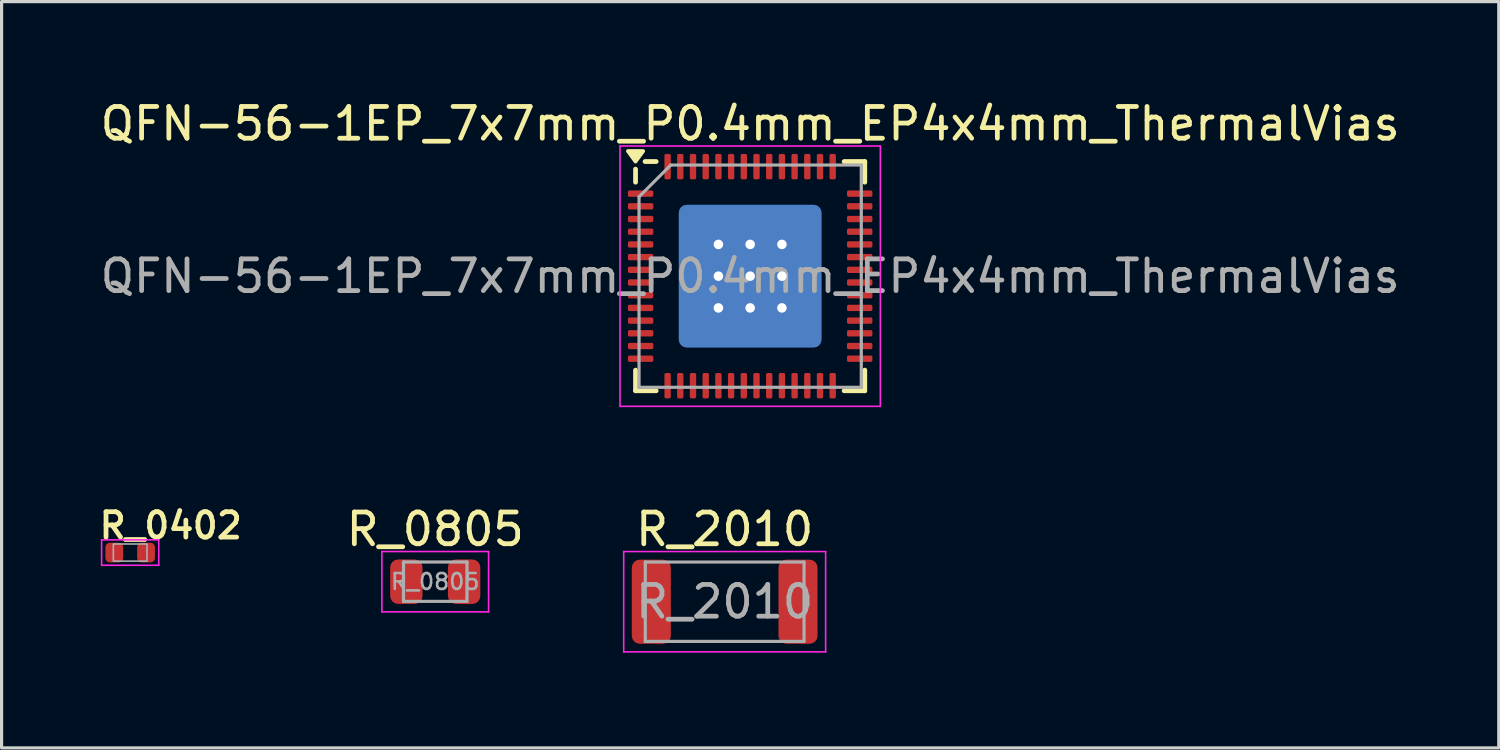
<source format=kicad_pcb>
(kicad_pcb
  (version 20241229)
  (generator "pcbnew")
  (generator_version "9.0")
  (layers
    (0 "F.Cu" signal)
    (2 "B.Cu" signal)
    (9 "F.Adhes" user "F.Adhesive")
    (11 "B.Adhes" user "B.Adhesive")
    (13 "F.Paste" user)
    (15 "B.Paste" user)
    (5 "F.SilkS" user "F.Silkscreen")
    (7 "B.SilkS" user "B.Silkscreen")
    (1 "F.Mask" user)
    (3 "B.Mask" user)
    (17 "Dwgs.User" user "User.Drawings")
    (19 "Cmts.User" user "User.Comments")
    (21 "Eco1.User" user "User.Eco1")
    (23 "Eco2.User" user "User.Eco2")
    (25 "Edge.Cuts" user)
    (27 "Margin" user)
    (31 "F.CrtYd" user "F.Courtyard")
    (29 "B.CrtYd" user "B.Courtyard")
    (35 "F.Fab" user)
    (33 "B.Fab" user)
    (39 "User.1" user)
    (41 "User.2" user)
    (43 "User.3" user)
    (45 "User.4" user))
  (footprint "QFN-56-1EP_7x7mm_P0.4mm_EP4x4mm_ThermalVias"
    (layer "F.Cu")
    (at 20.577 5.648)
    (property "Reference" "QFN-56-1EP_7x7mm_P0.4mm_EP4x4mm_ThermalVias" (at 0 -4.8 0) (layer "F.SilkS") (effects (font (size 1 1) (thickness 0.15))))
    (attr smd)
    (fp_line (start -3.61 -2.96) (end -3.61 -3.37) (stroke (width 0.15) (type solid)) (layer "F.SilkS"))
    (fp_line (start -3.61 3.61) (end -3.61 2.96) (stroke (width 0.15) (type solid)) (layer "F.SilkS"))
    (fp_line (start -2.96 -3.61) (end -3.31 -3.61) (stroke (width 0.15) (type solid)) (layer "F.SilkS"))
    (fp_line (start -2.96 3.61) (end -3.61 3.61) (stroke (width 0.15) (type solid)) (layer "F.SilkS"))
    (fp_line (start 2.96 -3.61) (end 3.61 -3.61) (stroke (width 0.15) (type solid)) (layer "F.SilkS"))
    (fp_line (start 2.96 3.61) (end 3.61 3.61) (stroke (width 0.15) (type solid)) (layer "F.SilkS"))
    (fp_line (start 3.61 -3.61) (end 3.61 -2.96) (stroke (width 0.15) (type solid)) (layer "F.SilkS"))
    (fp_line (start 3.61 3.61) (end 3.61 2.96) (stroke (width 0.15) (type solid)) (layer "F.SilkS"))
    (fp_poly (pts (xy -3.61 -3.61) (xy -3.85 -3.94) (xy -3.37 -3.94) (xy -3.61 -3.61)) (stroke (width 0.12) (type solid)) (fill yes) (layer "F.SilkS"))
    (fp_line (start -4.1 -4.1) (end -4.1 4.1) (stroke (width 0.05) (type solid)) (layer "F.CrtYd"))
    (fp_line (start -4.1 4.1) (end 4.1 4.1) (stroke (width 0.05) (type solid)) (layer "F.CrtYd"))
    (fp_line (start 4.1 -4.1) (end -4.1 -4.1) (stroke (width 0.05) (type solid)) (layer "F.CrtYd"))
    (fp_line (start 4.1 4.1) (end 4.1 -4.1) (stroke (width 0.05) (type solid)) (layer "F.CrtYd"))
    (fp_line (start -3.5 -2.5) (end -2.5 -3.5) (stroke (width 0.1) (type solid)) (layer "F.Fab"))
    (fp_line (start -3.5 3.5) (end -3.5 -2.5) (stroke (width 0.1) (type solid)) (layer "F.Fab"))
    (fp_line (start -2.5 -3.5) (end 3.5 -3.5) (stroke (width 0.1) (type solid)) (layer "F.Fab"))
    (fp_line (start 3.5 -3.5) (end 3.5 3.5) (stroke (width 0.1) (type solid)) (layer "F.Fab"))
    (fp_line (start 3.5 3.5) (end -3.5 3.5) (stroke (width 0.1) (type solid)) (layer "F.Fab"))
    (fp_text user "${REFERENCE}" (at 0 0 0) (layer "F.Fab") (effects (font (size 1 1) (thickness 0.15))))
    (pad "" smd roundrect (at -0.88 -0.88) (size 1.55 1.55) (layers "F.Paste") (roundrect_rratio 0.161))
    (pad "" smd roundrect (at -0.88 0.88) (size 1.55 1.55) (layers "F.Paste") (roundrect_rratio 0.161))
    (pad "" smd roundrect (at 0.88 -0.88) (size 1.55 1.55) (layers "F.Paste") (roundrect_rratio 0.161))
    (pad "" smd roundrect (at 0.88 0.88) (size 1.55 1.55) (layers "F.Paste") (roundrect_rratio 0.161))
    (pad "1" smd roundrect (at -3.45 -2.6) (size 0.8 0.2) (layers "F.Cu" "F.Mask" "F.Paste") (roundrect_rratio 0.25))
    (pad "2" smd roundrect (at -3.45 -2.2) (size 0.8 0.2) (layers "F.Cu" "F.Mask" "F.Paste") (roundrect_rratio 0.25))
    (pad "3" smd roundrect (at -3.45 -1.8) (size 0.8 0.2) (layers "F.Cu" "F.Mask" "F.Paste") (roundrect_rratio 0.25))
    (pad "4" smd roundrect (at -3.45 -1.4) (size 0.8 0.2) (layers "F.Cu" "F.Mask" "F.Paste") (roundrect_rratio 0.25))
    (pad "5" smd roundrect (at -3.45 -1) (size 0.8 0.2) (layers "F.Cu" "F.Mask" "F.Paste") (roundrect_rratio 0.25))
    (pad "6" smd roundrect (at -3.45 -0.6) (size 0.8 0.2) (layers "F.Cu" "F.Mask" "F.Paste") (roundrect_rratio 0.25))
    (pad "7" smd roundrect (at -3.45 -0.2) (size 0.8 0.2) (layers "F.Cu" "F.Mask" "F.Paste") (roundrect_rratio 0.25))
    (pad "8" smd roundrect (at -3.45 0.2) (size 0.8 0.2) (layers "F.Cu" "F.Mask" "F.Paste") (roundrect_rratio 0.25))
    (pad "9" smd roundrect (at -3.45 0.6) (size 0.8 0.2) (layers "F.Cu" "F.Mask" "F.Paste") (roundrect_rratio 0.25))
    (pad "10" smd roundrect (at -3.45 1) (size 0.8 0.2) (layers "F.Cu" "F.Mask" "F.Paste") (roundrect_rratio 0.25))
    (pad "11" smd roundrect (at -3.45 1.4) (size 0.8 0.2) (layers "F.Cu" "F.Mask" "F.Paste") (roundrect_rratio 0.25))
    (pad "12" smd roundrect (at -3.45 1.8) (size 0.8 0.2) (layers "F.Cu" "F.Mask" "F.Paste") (roundrect_rratio 0.25))
    (pad "13" smd roundrect (at -3.45 2.2) (size 0.8 0.2) (layers "F.Cu" "F.Mask" "F.Paste") (roundrect_rratio 0.25))
    (pad "14" smd roundrect (at -3.45 2.6) (size 0.8 0.2) (layers "F.Cu" "F.Mask" "F.Paste") (roundrect_rratio 0.25))
    (pad "15" smd roundrect (at -2.6 3.45) (size 0.2 0.8) (layers "F.Cu" "F.Mask" "F.Paste") (roundrect_rratio 0.25))
    (pad "16" smd roundrect (at -2.2 3.45) (size 0.2 0.8) (layers "F.Cu" "F.Mask" "F.Paste") (roundrect_rratio 0.25))
    (pad "17" smd roundrect (at -1.8 3.45) (size 0.2 0.8) (layers "F.Cu" "F.Mask" "F.Paste") (roundrect_rratio 0.25))
    (pad "18" smd roundrect (at -1.4 3.45) (size 0.2 0.8) (layers "F.Cu" "F.Mask" "F.Paste") (roundrect_rratio 0.25))
    (pad "19" smd roundrect (at -1 3.45) (size 0.2 0.8) (layers "F.Cu" "F.Mask" "F.Paste") (roundrect_rratio 0.25))
    (pad "20" smd roundrect (at -0.6 3.45) (size 0.2 0.8) (layers "F.Cu" "F.Mask" "F.Paste") (roundrect_rratio 0.25))
    (pad "21" smd roundrect (at -0.2 3.45) (size 0.2 0.8) (layers "F.Cu" "F.Mask" "F.Paste") (roundrect_rratio 0.25))
    (pad "22" smd roundrect (at 0.2 3.45) (size 0.2 0.8) (layers "F.Cu" "F.Mask" "F.Paste") (roundrect_rratio 0.25))
    (pad "23" smd roundrect (at 0.6 3.45) (size 0.2 0.8) (layers "F.Cu" "F.Mask" "F.Paste") (roundrect_rratio 0.25))
    (pad "24" smd roundrect (at 1 3.45) (size 0.2 0.8) (layers "F.Cu" "F.Mask" "F.Paste") (roundrect_rratio 0.25))
    (pad "25" smd roundrect (at 1.4 3.45) (size 0.2 0.8) (layers "F.Cu" "F.Mask" "F.Paste") (roundrect_rratio 0.25))
    (pad "26" smd roundrect (at 1.8 3.45) (size 0.2 0.8) (layers "F.Cu" "F.Mask" "F.Paste") (roundrect_rratio 0.25))
    (pad "27" smd roundrect (at 2.2 3.45) (size 0.2 0.8) (layers "F.Cu" "F.Mask" "F.Paste") (roundrect_rratio 0.25))
    (pad "28" smd roundrect (at 2.6 3.45) (size 0.2 0.8) (layers "F.Cu" "F.Mask" "F.Paste") (roundrect_rratio 0.25))
    (pad "29" smd roundrect (at 3.45 2.6) (size 0.8 0.2) (layers "F.Cu" "F.Mask" "F.Paste") (roundrect_rratio 0.25))
    (pad "30" smd roundrect (at 3.45 2.2) (size 0.8 0.2) (layers "F.Cu" "F.Mask" "F.Paste") (roundrect_rratio 0.25))
    (pad "31" smd roundrect (at 3.45 1.8) (size 0.8 0.2) (layers "F.Cu" "F.Mask" "F.Paste") (roundrect_rratio 0.25))
    (pad "32" smd roundrect (at 3.45 1.4) (size 0.8 0.2) (layers "F.Cu" "F.Mask" "F.Paste") (roundrect_rratio 0.25))
    (pad "33" smd roundrect (at 3.45 1) (size 0.8 0.2) (layers "F.Cu" "F.Mask" "F.Paste") (roundrect_rratio 0.25))
    (pad "34" smd roundrect (at 3.45 0.6) (size 0.8 0.2) (layers "F.Cu" "F.Mask" "F.Paste") (roundrect_rratio 0.25))
    (pad "35" smd roundrect (at 3.45 0.2) (size 0.8 0.2) (layers "F.Cu" "F.Mask" "F.Paste") (roundrect_rratio 0.25))
    (pad "36" smd roundrect (at 3.45 -0.2) (size 0.8 0.2) (layers "F.Cu" "F.Mask" "F.Paste") (roundrect_rratio 0.25))
    (pad "37" smd roundrect (at 3.45 -0.6) (size 0.8 0.2) (layers "F.Cu" "F.Mask" "F.Paste") (roundrect_rratio 0.25))
    (pad "38" smd roundrect (at 3.45 -1) (size 0.8 0.2) (layers "F.Cu" "F.Mask" "F.Paste") (roundrect_rratio 0.25))
    (pad "39" smd roundrect (at 3.45 -1.4) (size 0.8 0.2) (layers "F.Cu" "F.Mask" "F.Paste") (roundrect_rratio 0.25))
    (pad "40" smd roundrect (at 3.45 -1.8) (size 0.8 0.2) (layers "F.Cu" "F.Mask" "F.Paste") (roundrect_rratio 0.25))
    (pad "41" smd roundrect (at 3.45 -2.2) (size 0.8 0.2) (layers "F.Cu" "F.Mask" "F.Paste") (roundrect_rratio 0.25))
    (pad "42" smd roundrect (at 3.45 -2.6) (size 0.8 0.2) (layers "F.Cu" "F.Mask" "F.Paste") (roundrect_rratio 0.25))
    (pad "43" smd roundrect (at 2.6 -3.45) (size 0.2 0.8) (layers "F.Cu" "F.Mask" "F.Paste") (roundrect_rratio 0.25))
    (pad "44" smd roundrect (at 2.2 -3.45) (size 0.2 0.8) (layers "F.Cu" "F.Mask" "F.Paste") (roundrect_rratio 0.25))
    (pad "45" smd roundrect (at 1.8 -3.45) (size 0.2 0.8) (layers "F.Cu" "F.Mask" "F.Paste") (roundrect_rratio 0.25))
    (pad "46" smd roundrect (at 1.4 -3.45) (size 0.2 0.8) (layers "F.Cu" "F.Mask" "F.Paste") (roundrect_rratio 0.25))
    (pad "47" smd roundrect (at 1 -3.45) (size 0.2 0.8) (layers "F.Cu" "F.Mask" "F.Paste") (roundrect_rratio 0.25))
    (pad "48" smd roundrect (at 0.6 -3.45) (size 0.2 0.8) (layers "F.Cu" "F.Mask" "F.Paste") (roundrect_rratio 0.25))
    (pad "49" smd roundrect (at 0.2 -3.45) (size 0.2 0.8) (layers "F.Cu" "F.Mask" "F.Paste") (roundrect_rratio 0.25))
    (pad "50" smd roundrect (at -0.2 -3.45) (size 0.2 0.8) (layers "F.Cu" "F.Mask" "F.Paste") (roundrect_rratio 0.25))
    (pad "51" smd roundrect (at -0.6 -3.45) (size 0.2 0.8) (layers "F.Cu" "F.Mask" "F.Paste") (roundrect_rratio 0.25))
    (pad "52" smd roundrect (at -1 -3.45) (size 0.2 0.8) (layers "F.Cu" "F.Mask" "F.Paste") (roundrect_rratio 0.25))
    (pad "53" smd roundrect (at -1.4 -3.45) (size 0.2 0.8) (layers "F.Cu" "F.Mask" "F.Paste") (roundrect_rratio 0.25))
    (pad "54" smd roundrect (at -1.8 -3.45) (size 0.2 0.8) (layers "F.Cu" "F.Mask" "F.Paste") (roundrect_rratio 0.25))
    (pad "55" smd roundrect (at -2.2 -3.45) (size 0.2 0.8) (layers "F.Cu" "F.Mask" "F.Paste") (roundrect_rratio 0.25))
    (pad "56" smd roundrect (at -2.6 -3.45) (size 0.2 0.8) (layers "F.Cu" "F.Mask" "F.Paste") (roundrect_rratio 0.25))
    (pad "57" thru_hole circle (at -1 -1) (size 0.5 0.5) (drill 0.3) (layers "*.Cu" "F.Mask"))
    (pad "57" thru_hole circle (at -1 0) (size 0.5 0.5) (drill 0.3) (layers "*.Cu" "F.Mask"))
    (pad "57" thru_hole circle (at -1 1) (size 0.5 0.5) (drill 0.3) (layers "*.Cu" "F.Mask"))
    (pad "57" thru_hole circle (at 0 -1) (size 0.5 0.5) (drill 0.3) (layers "*.Cu" "F.Mask"))
    (pad "57" thru_hole circle (at 0 0) (size 0.5 0.5) (drill 0.3) (layers "*.Cu" "F.Mask"))
    (pad "57" smd roundrect (at 0 0) (size 4 4) (property pad_prop_heatsink) (layers "F.Cu" "F.Mask") (roundrect_rratio 0.062))
    (pad "57" smd roundrect (at 0 0) (size 4.5 4.5) (property pad_prop_heatsink) (layers "B.Cu") (roundrect_rratio 0.056))
    (pad "57" thru_hole circle (at 0 1) (size 0.5 0.5) (drill 0.3) (layers "*.Cu" "F.Mask"))
    (pad "57" thru_hole circle (at 1 -1) (size 0.5 0.5) (drill 0.3) (layers "*.Cu" "F.Mask"))
    (pad "57" thru_hole circle (at 1 0) (size 0.5 0.5) (drill 0.3) (layers "*.Cu" "F.Mask"))
    (pad "57" thru_hole circle (at 1 1) (size 0.5 0.5) (drill 0.3) (layers "*.Cu" "F.Mask")))
  (footprint "R_0402"
    (layer "F.Cu")
    (at 1.05 14.354)
    (property "Reference" "R_0402" (at -1.05 -0.85 0) (layer "F.SilkS") (effects (font (size 0.8 0.8) (thickness 0.15)) (justify left)))
    (fp_line (start -0.9 -0.4) (end -0.9 0.4) (stroke (width 0.05) (type default)) (layer "F.CrtYd"))
    (fp_line (start -0.9 -0.4) (end 0.9 -0.4) (stroke (width 0.05) (type default)) (layer "F.CrtYd"))
    (fp_line (start 0.9 -0.4) (end 0.9 0.4) (stroke (width 0.05) (type default)) (layer "F.CrtYd"))
    (fp_line (start 0.9 0.4) (end -0.9 0.4) (stroke (width 0.05) (type default)) (layer "F.CrtYd"))
    (fp_rect (start -0.53 -0.27) (end 0.53 0.27) (stroke (width 0.05) (type solid)) (fill no) (layer "F.Fab"))
    (pad "1" smd roundrect (at -0.5 0) (size 0.56 0.62) (layers "F.Cu" "F.Mask" "F.Paste") (roundrect_rratio 0.25))
    (pad "2" smd roundrect (at 0.5 0) (size 0.56 0.62) (layers "F.Cu" "F.Mask" "F.Paste") (roundrect_rratio 0.25)))
  (footprint "R_0805"
    (layer "F.Cu")
    (at 10.658 15.271)
    (property "Reference" "R_0805" (at 0 -1.65 0) (layer "F.SilkS") (effects (font (size 1 1) (thickness 0.15))))
    (attr smd)
    (fp_line (start -1.68 -0.95) (end 1.68 -0.95) (stroke (width 0.05) (type solid)) (layer "F.CrtYd"))
    (fp_line (start -1.68 0.95) (end -1.68 -0.95) (stroke (width 0.05) (type solid)) (layer "F.CrtYd"))
    (fp_line (start 1.68 -0.95) (end 1.68 0.95) (stroke (width 0.05) (type solid)) (layer "F.CrtYd"))
    (fp_line (start 1.68 0.95) (end -1.68 0.95) (stroke (width 0.05) (type solid)) (layer "F.CrtYd"))
    (fp_line (start -1 -0.62) (end 1 -0.62) (stroke (width 0.1) (type solid)) (layer "F.Fab"))
    (fp_line (start -1 0.62) (end -1 -0.62) (stroke (width 0.1) (type solid)) (layer "F.Fab"))
    (fp_line (start 1 -0.62) (end 1 0.62) (stroke (width 0.1) (type solid)) (layer "F.Fab"))
    (fp_line (start 1 0.62) (end -1 0.62) (stroke (width 0.1) (type solid)) (layer "F.Fab"))
    (fp_text user "${REFERENCE}" (at 0 0 0) (layer "F.Fab") (effects (font (size 0.5 0.5) (thickness 0.08))))
    (pad "1" smd roundrect (at -0.91 0) (size 1.02 1.4) (layers "F.Cu" "F.Mask" "F.Paste") (roundrect_rratio 0.244))
    (pad "2" smd roundrect (at 0.91 0) (size 1.02 1.4) (layers "F.Cu" "F.Mask" "F.Paste") (roundrect_rratio 0.244)))
  (footprint "R_2010"
    (layer "F.Cu")
    (at 19.774 15.902)
    (property "Reference" "R_2010" (at 0 -2.28 0) (layer "F.SilkS") (effects (font (size 1 1) (thickness 0.15))))
    (attr smd)
    (fp_line (start -3.18 -1.58) (end 3.18 -1.58) (stroke (width 0.05) (type solid)) (layer "F.CrtYd"))
    (fp_line (start -3.18 1.58) (end -3.18 -1.58) (stroke (width 0.05) (type solid)) (layer "F.CrtYd"))
    (fp_line (start 3.18 -1.58) (end 3.18 1.58) (stroke (width 0.05) (type solid)) (layer "F.CrtYd"))
    (fp_line (start 3.18 1.58) (end -3.18 1.58) (stroke (width 0.05) (type solid)) (layer "F.CrtYd"))
    (fp_line (start -2.5 -1.25) (end 2.5 -1.25) (stroke (width 0.1) (type solid)) (layer "F.Fab"))
    (fp_line (start -2.5 1.25) (end -2.5 -1.25) (stroke (width 0.1) (type solid)) (layer "F.Fab"))
    (fp_line (start 2.5 -1.25) (end 2.5 1.25) (stroke (width 0.1) (type solid)) (layer "F.Fab"))
    (fp_line (start 2.5 1.25) (end -2.5 1.25) (stroke (width 0.1) (type solid)) (layer "F.Fab"))
    (fp_text user "${REFERENCE}" (at 0 0 0) (layer "F.Fab") (effects (font (size 1 1) (thickness 0.15))))
    (pad "1" smd roundrect (at -2.31 0) (size 1.23 2.65) (layers "F.Cu" "F.Mask" "F.Paste") (roundrect_rratio 0.204))
    (pad "2" smd roundrect (at 2.31 0) (size 1.23 2.65) (layers "F.Cu" "F.Mask" "F.Paste") (roundrect_rratio 0.204)))
  (gr_rect
    (start -3 -3)
    (end 44.155 20.506)
    (stroke (width 0.1) (type default))
    (fill no)
    (layer "Edge.Cuts")))
</source>
